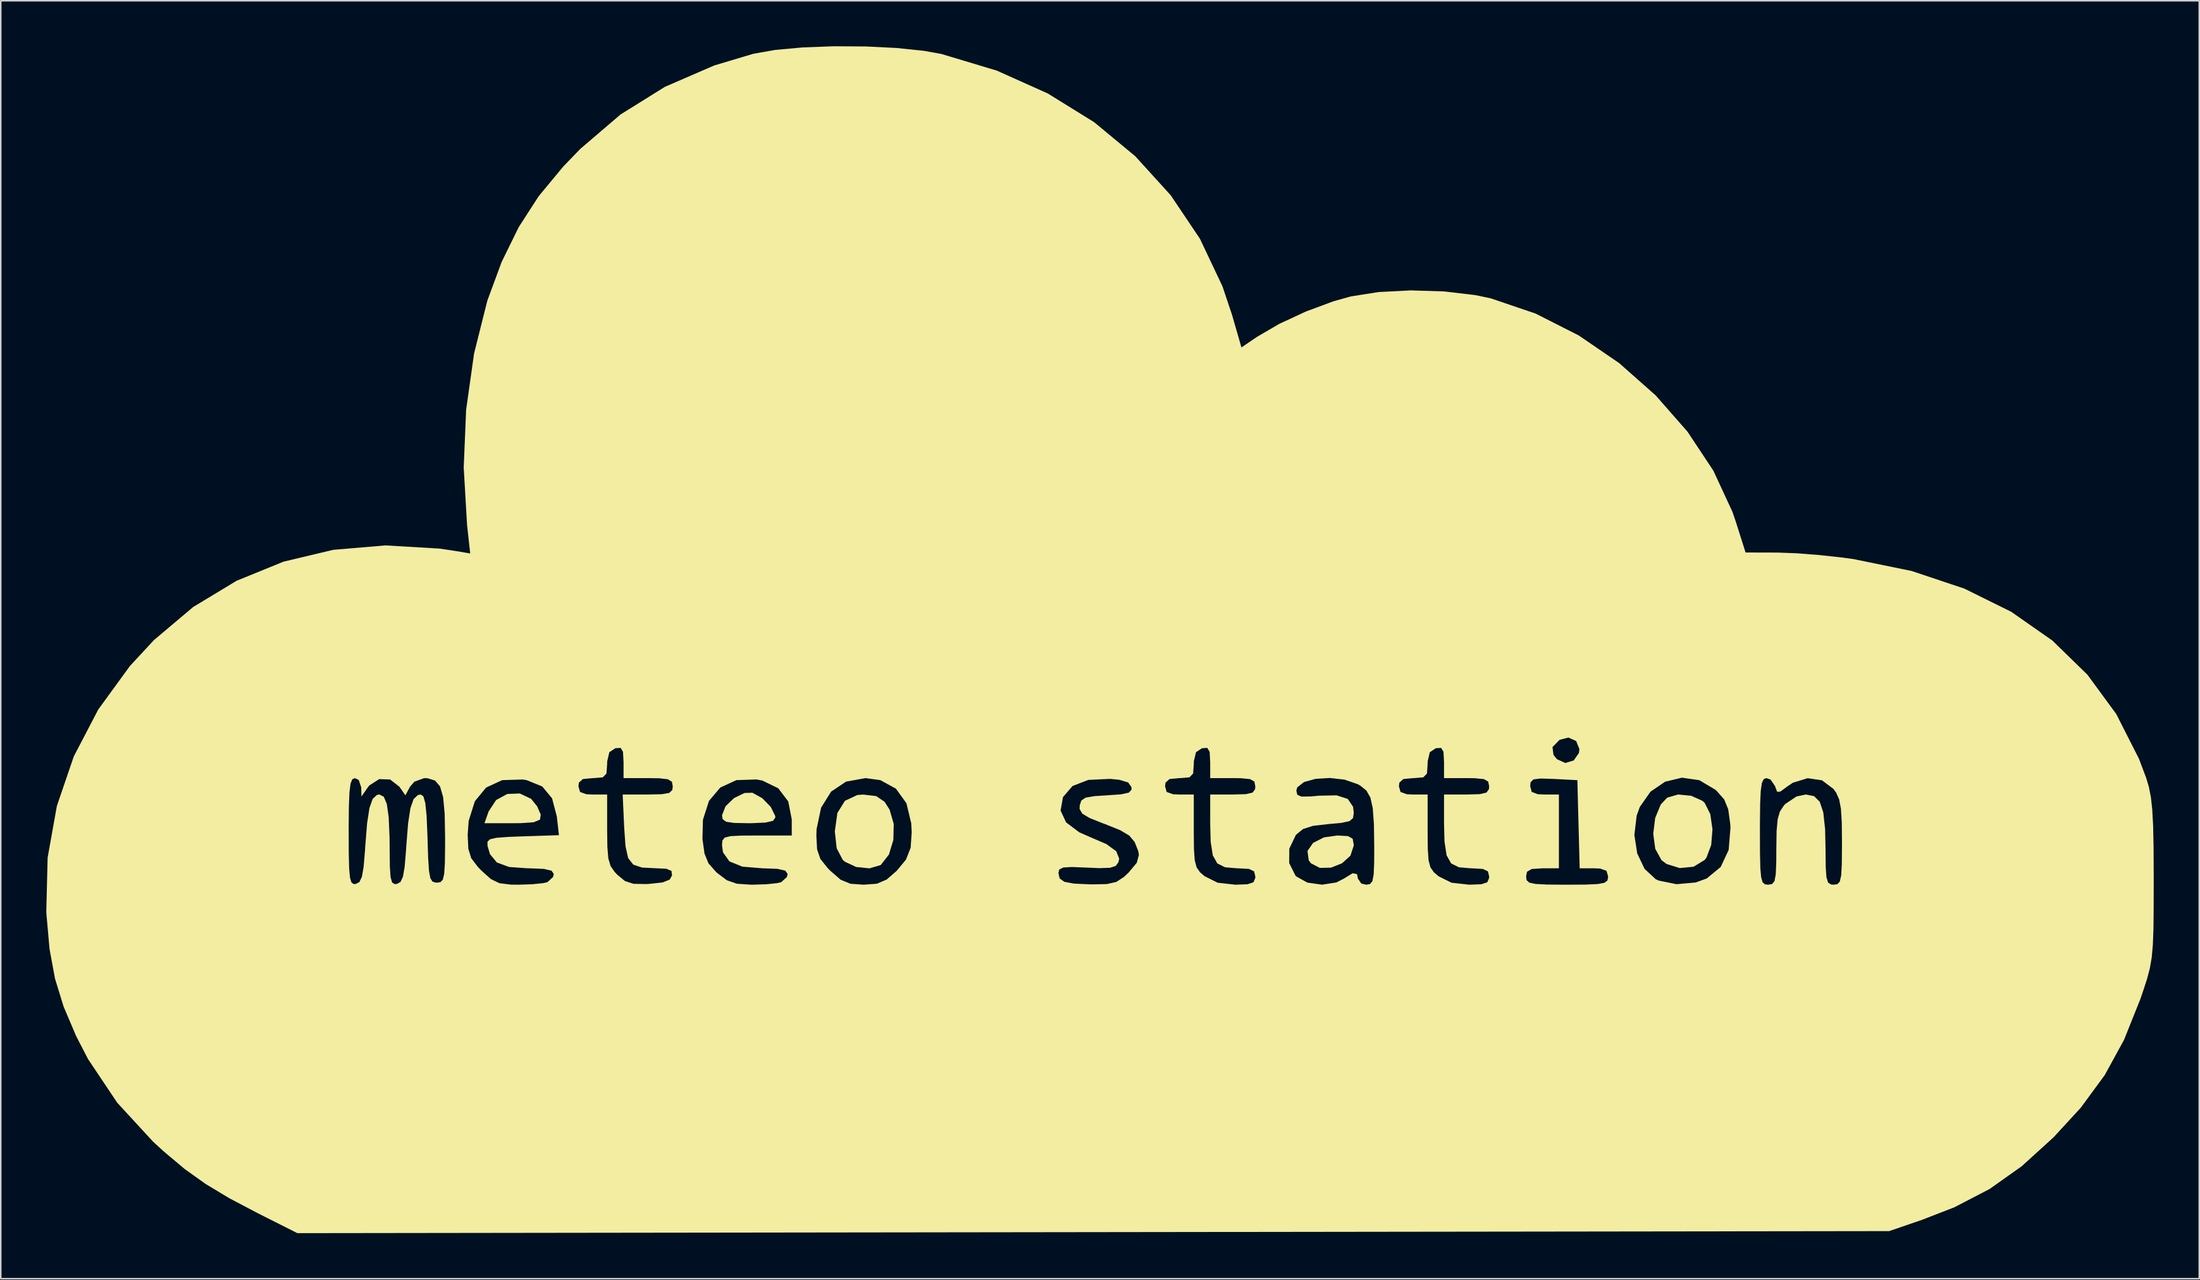
<source format=kicad_pcb>
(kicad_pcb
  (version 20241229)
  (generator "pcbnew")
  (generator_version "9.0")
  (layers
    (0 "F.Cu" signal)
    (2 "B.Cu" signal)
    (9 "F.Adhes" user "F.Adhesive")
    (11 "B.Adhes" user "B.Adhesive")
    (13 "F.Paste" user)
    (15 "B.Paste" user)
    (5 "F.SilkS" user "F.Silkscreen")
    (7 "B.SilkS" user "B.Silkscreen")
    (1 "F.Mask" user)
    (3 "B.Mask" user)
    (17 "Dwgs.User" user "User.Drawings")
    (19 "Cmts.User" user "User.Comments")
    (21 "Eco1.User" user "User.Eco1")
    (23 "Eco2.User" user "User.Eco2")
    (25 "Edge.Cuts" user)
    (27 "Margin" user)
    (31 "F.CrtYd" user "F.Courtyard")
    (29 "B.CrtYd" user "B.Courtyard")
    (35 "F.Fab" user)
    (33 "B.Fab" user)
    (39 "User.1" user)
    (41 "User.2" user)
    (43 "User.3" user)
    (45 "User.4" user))
  (footprint "logo_kicad"
    (layer "F.Cu")
    (at 69.366 39.051)
    (property "Reference" "logo_kicad" (at 0 0 0) (layer "F.SilkS") (effects (font (size 1.524 1.524) (thickness 0.3))))
    (attr board_only exclude_from_pos_files exclude_from_bom)
    (fp_poly (pts (xy -37.431 10.555) (xy -37.036 11.048) (xy -36.798 11.593) (xy -36.851 11.926) (xy -37.267 12.096) (xy -38.117 12.155) (xy -38.626 12.16) (xy -40.504 12.16) (xy -40.234 11.386) (xy -39.738 10.632) (xy -38.999 10.231) (xy -38.178 10.2)) (stroke (width 0) (type solid)) (fill yes) (layer "F.SilkS"))
    (fp_poly (pts (xy 16.369 13.008) (xy 16.679 13.182) (xy 16.753 13.586) (xy 16.753 13.63) (xy 16.533 14.299) (xy 15.979 14.802) (xy 15.253 15.089) (xy 14.516 15.105) (xy 13.929 14.799) (xy 13.784 14.598) (xy 13.705 13.988) (xy 14.072 13.459) (xy 14.79 13.093) (xy 15.672 12.97)) (stroke (width 0) (type solid)) (fill yes) (layer "F.SilkS"))
    (fp_poly (pts (xy -22.211 10.509) (xy -21.648 11.086) (xy -21.356 11.68) (xy -21.347 11.784) (xy -21.495 11.999) (xy -21.995 12.118) (xy -22.936 12.159) (xy -23.103 12.16) (xy -24.056 12.142) (xy -24.587 12.065) (xy -24.815 11.894) (xy -24.86 11.639) (xy -24.627 11.043) (xy -24.065 10.502) (xy -23.376 10.167) (xy -22.858 10.152)) (stroke (width 0) (type solid)) (fill yes) (layer "F.SilkS"))
    (fp_poly (pts (xy -14.708 10.372) (xy -14.158 10.741) (xy -13.821 11.264) (xy -13.548 12.209) (xy -13.574 13.263) (xy -13.865 14.225) (xy -14.389 14.897) (xy -14.429 14.925) (xy -15.15 15.134) (xy -16.019 15.046) (xy -16.765 14.7) (xy -16.914 14.563) (xy -17.307 13.812) (xy -17.429 12.7) (xy -17.26 11.484) (xy -16.76 10.679) (xy -15.943 10.301) (xy -15.563 10.272)) (stroke (width 0) (type solid)) (fill yes) (layer "F.SilkS"))
    (fp_poly (pts (xy 38.975 10.351) (xy 39.715 10.682) (xy 39.866 10.82) (xy 40.236 11.56) (xy 40.379 12.561) (xy 40.296 13.592) (xy 39.986 14.423) (xy 39.866 14.58) (xy 39.135 15.028) (xy 38.222 15.116) (xy 37.352 14.846) (xy 37.019 14.591) (xy 36.61 13.848) (xy 36.478 12.856) (xy 36.605 11.816) (xy 36.973 10.926) (xy 37.397 10.475) (xy 38.11 10.269)) (stroke (width 0) (type solid)) (fill yes) (layer "F.SilkS"))
    (fp_poly (pts (xy -15.393 -39.039) (xy -13.358 -38.938) (xy -11.554 -38.75) (xy -10.403 -38.542) (xy -6.763 -37.448) (xy -3.4 -35.939) (xy -0.347 -34.047) (xy 2.363 -31.801) (xy 4.696 -29.23) (xy 6.62 -26.364) (xy 8.102 -23.233) (xy 8.73 -21.363) (xy 9.354 -19.2) (xy 10.383 -19.9) (xy 11.845 -20.753) (xy 13.6 -21.568) (xy 15.406 -22.239) (xy 16.553 -22.562) (xy 18.383 -22.851) (xy 20.505 -22.96) (xy 22.701 -22.892) (xy 24.755 -22.65) (xy 25.785 -22.433) (xy 28.737 -21.429) (xy 31.576 -19.987) (xy 34.234 -18.168) (xy 36.642 -16.035) (xy 38.733 -13.65) (xy 40.439 -11.075) (xy 41.692 -8.372) (xy 41.921 -7.699) (xy 42.559 -5.684) (xy 44.686 -5.679) (xy 45.922 -5.633) (xy 47.44 -5.514) (xy 48.99 -5.344) (xy 49.657 -5.252) (xy 53.499 -4.465) (xy 56.971 -3.303) (xy 60.062 -1.773) (xy 62.766 0.119) (xy 65.074 2.368) (xy 66.978 4.967) (xy 68.469 7.909) (xy 68.942 9.161) (xy 69.122 9.764) (xy 69.255 10.432) (xy 69.346 11.257) (xy 69.404 12.332) (xy 69.433 13.749) (xy 69.442 15.6) (xy 69.442 15.917) (xy 69.439 17.737) (xy 69.425 19.122) (xy 69.386 20.176) (xy 69.312 21.004) (xy 69.19 21.711) (xy 69.01 22.401) (xy 68.757 23.181) (xy 68.552 23.779) (xy 67.486 26.441) (xy 66.217 28.762) (xy 64.637 30.914) (xy 62.849 32.859) (xy 60.748 34.77) (xy 58.629 36.272) (xy 56.318 37.473) (xy 54.178 38.304) (xy 52.016 39.046) (xy -0.405 39.113) (xy -52.827 39.181) (xy -55.396 37.887) (xy -57.305 36.882) (xy -58.869 35.94) (xy -60.255 34.95) (xy -61.628 33.796) (xy -62.325 33.158) (xy -64.691 30.588) (xy -66.618 27.706) (xy -67.402 26.187) (xy -68.226 24.249) (xy -68.793 22.405) (xy -69.153 20.452) (xy -69.354 18.189) (xy -69.366 17.955) (xy -69.279 14.434) (xy -68.973 12.72) (xy -49.449 12.72) (xy -49.443 14.161) (xy -49.418 15.145) (xy -49.363 15.753) (xy -49.266 16.067) (xy -49.116 16.171) (xy -48.976 16.162) (xy -48.741 16.035) (xy -48.579 15.693) (xy -48.465 15.036) (xy -48.375 13.962) (xy -48.355 13.643) (xy -48.237 12.166) (xy -48.082 11.16) (xy -47.872 10.559) (xy -47.589 10.295) (xy -47.425 10.268) (xy -47.137 10.415) (xy -46.937 10.894) (xy -46.814 11.765) (xy -46.757 13.087) (xy -46.75 13.868) (xy -46.738 15.011) (xy -46.691 15.712) (xy -46.59 16.067) (xy -46.413 16.174) (xy -46.274 16.162) (xy -46.039 16.035) (xy -45.877 15.693) (xy -45.763 15.036) (xy -45.673 13.962) (xy -45.653 13.643) (xy -45.536 12.173) (xy -45.383 11.172) (xy -45.174 10.572) (xy -44.89 10.302) (xy -44.7 10.268) (xy -44.526 10.397) (xy -44.403 10.834) (xy -44.319 11.653) (xy -44.263 12.926) (xy -44.256 13.173) (xy -44.215 14.457) (xy -44.16 15.296) (xy -44.071 15.782) (xy -43.928 16.011) (xy -43.711 16.076) (xy -43.639 16.078) (xy -43.404 16.044) (xy -43.249 15.88) (xy -43.158 15.493) (xy -43.113 14.79) (xy -43.1 13.678) (xy -43.099 13.079) (xy -43.102 12.93) (xy -41.612 12.93) (xy -41.569 13.843) (xy -41.378 14.465) (xy -40.941 15.04) (xy -40.694 15.294) (xy -40.086 15.839) (xy -39.526 16.113) (xy -38.776 16.206) (xy -38.284 16.213) (xy -37.371 16.184) (xy -36.639 16.111) (xy -36.366 16.049) (xy -35.993 15.713) (xy -35.938 15.508) (xy -36.087 15.29) (xy -36.592 15.171) (xy -37.54 15.132) (xy -37.653 15.132) (xy -38.887 15.044) (xy -39.69 14.747) (xy -40.147 14.193) (xy -40.305 13.646) (xy -40.309 13.387) (xy -40.149 13.221) (xy -39.725 13.122) (xy -38.939 13.063) (xy -37.999 13.027) (xy -35.6 12.948) (xy -35.74 11.713) (xy -36.053 10.519) (xy -36.701 9.736) (xy -36.721 9.728) (xy -34.317 9.728) (xy -34.211 10.1) (xy -33.798 10.25) (xy -33.371 10.268) (xy -32.426 10.268) (xy -32.426 12.577) (xy -32.411 13.727) (xy -32.347 14.48) (xy -32.201 14.977) (xy -31.94 15.361) (xy -31.748 15.564) (xy -31.25 15.973) (xy -30.697 16.154) (xy -29.871 16.17) (xy -29.657 16.159) (xy -28.773 16.064) (xy -28.309 15.88) (xy -28.152 15.605) (xy -28.187 15.304) (xy -28.524 15.163) (xy -29.231 15.128) (xy -30.125 15.083) (xy -30.703 14.892) (xy -31.042 14.457) (xy -31.216 13.678) (xy -31.25 13.195) (xy -26.147 13.195) (xy -26.015 14.155) (xy -25.753 14.802) (xy -25.261 15.362) (xy -25.167 15.448) (xy -24.535 15.922) (xy -23.873 16.15) (xy -22.938 16.213) (xy -22.851 16.213) (xy -21.945 16.184) (xy -21.221 16.109) (xy -20.964 16.049) (xy -20.591 15.713) (xy -20.536 15.508) (xy -20.688 15.288) (xy -21.202 15.169) (xy -22.164 15.132) (xy -22.204 15.132) (xy -23.518 15.022) (xy -24.37 14.677) (xy -24.795 14.079) (xy -24.86 13.604) (xy -24.833 13.297) (xy -24.683 13.11) (xy -24.303 13.012) (xy -23.745 12.984) (xy -18.645 12.984) (xy -18.596 13.889) (xy -18.38 14.515) (xy -17.896 15.12) (xy -17.726 15.294) (xy -17.046 15.884) (xy -16.401 16.151) (xy -15.537 16.213) (xy -14.657 16.148) (xy -14.014 15.874) (xy -13.514 15.438) (xy -2.702 15.438) (xy -2.621 15.8) (xy -2.309 16.023) (xy -1.669 16.142) (xy -0.6 16.189) (xy -0.452 16.191) (xy 0.493 16.171) (xy 1.112 16.031) (xy 1.615 15.702) (xy 1.931 15.404) (xy 2.462 14.764) (xy 2.601 14.238) (xy 2.553 13.985) (xy 2.32 13.398) (xy 1.967 12.976) (xy 1.367 12.619) (xy 0.39 12.225) (xy 0.25 12.174) (xy -0.649 11.817) (xy -1.132 11.527) (xy -1.304 11.224) (xy -1.3 10.991) (xy -1.194 10.665) (xy -0.91 10.475) (xy -0.318 10.374) (xy 0.49 10.322) (xy 1.428 10.256) (xy 1.933 10.145) (xy 2.113 9.955) (xy 2.109 9.782) (xy 2.071 9.728) (xy 4.323 9.728) (xy 4.429 10.1) (xy 4.842 10.25) (xy 5.269 10.268) (xy 6.215 10.268) (xy 6.215 12.68) (xy 6.225 13.842) (xy 6.276 14.594) (xy 6.399 15.068) (xy 6.626 15.393) (xy 6.927 15.653) (xy 7.788 16.082) (xy 8.953 16.213) (xy 9.75 16.183) (xy 10.143 16.056) (xy 10.264 15.777) (xy 10.268 15.672) (xy 10.188 15.334) (xy 9.855 15.174) (xy 9.132 15.132) (xy 9.062 15.132) (xy 8.279 15.066) (xy 7.765 14.811) (xy 7.752 14.788) (xy 12.5 14.788) (xy 12.91 15.609) (xy 12.97 15.672) (xy 13.701 16.076) (xy 14.662 16.211) (xy 15.607 16.065) (xy 16.094 15.816) (xy 16.678 15.458) (xy 16.968 15.516) (xy 17.023 15.807) (xy 17.249 16.138) (xy 17.564 16.213) (xy 17.818 16.173) (xy 17.976 15.987) (xy 18.062 15.553) (xy 18.096 14.769) (xy 18.101 13.713) (xy 18.08 12.226) (xy 18.004 11.178) (xy 17.848 10.472) (xy 17.584 10.007) (xy 17.24 9.728) (xy 19.726 9.728) (xy 19.831 10.1) (xy 20.244 10.25) (xy 20.671 10.268) (xy 21.617 10.268) (xy 21.617 12.68) (xy 21.627 13.842) (xy 21.678 14.594) (xy 21.801 15.068) (xy 22.028 15.393) (xy 22.329 15.653) (xy 23.19 16.082) (xy 24.356 16.213) (xy 25.153 16.183) (xy 25.545 16.056) (xy 25.666 15.777) (xy 25.67 15.672) (xy 28.102 15.672) (xy 28.139 15.918) (xy 28.316 16.076) (xy 28.729 16.164) (xy 29.478 16.203) (xy 30.66 16.213) (xy 30.804 16.213) (xy 32.034 16.205) (xy 32.821 16.17) (xy 33.264 16.087) (xy 33.46 15.938) (xy 33.506 15.701) (xy 33.506 15.672) (xy 33.399 15.298) (xy 32.983 15.149) (xy 32.57 15.132) (xy 31.633 15.132) (xy 31.575 12.937) (xy 35.234 12.937) (xy 35.423 14.152) (xy 35.907 15.169) (xy 36.64 15.849) (xy 36.832 15.94) (xy 38.013 16.179) (xy 39.272 16.066) (xy 40 15.803) (xy 40.923 15.041) (xy 41.446 13.919) (xy 41.544 12.7) (xy 43.504 12.7) (xy 43.509 14.134) (xy 43.531 15.114) (xy 43.585 15.725) (xy 43.684 16.055) (xy 43.84 16.189) (xy 44.045 16.213) (xy 44.305 16.171) (xy 44.465 15.975) (xy 44.549 15.522) (xy 44.581 14.705) (xy 44.585 13.866) (xy 44.602 12.684) (xy 44.672 11.903) (xy 44.822 11.387) (xy 45.079 10.998) (xy 45.173 10.893) (xy 45.917 10.396) (xy 46.53 10.268) (xy 47.07 10.376) (xy 47.444 10.746) (xy 47.678 11.448) (xy 47.798 12.554) (xy 47.828 13.934) (xy 47.838 15.045) (xy 47.885 15.723) (xy 47.995 16.072) (xy 48.192 16.199) (xy 48.368 16.213) (xy 48.61 16.177) (xy 48.767 16.005) (xy 48.857 15.601) (xy 48.898 14.868) (xy 48.908 13.711) (xy 48.909 13.412) (xy 48.895 12.1) (xy 48.84 11.203) (xy 48.725 10.597) (xy 48.53 10.157) (xy 48.348 9.899) (xy 47.591 9.331) (xy 46.648 9.193) (xy 45.674 9.492) (xy 45.327 9.723) (xy 44.853 10.074) (xy 44.639 10.09) (xy 44.518 9.771) (xy 44.506 9.723) (xy 44.209 9.286) (xy 43.935 9.187) (xy 43.757 9.252) (xy 43.635 9.5) (xy 43.559 10.014) (xy 43.519 10.876) (xy 43.505 12.17) (xy 43.504 12.7) (xy 41.544 12.7) (xy 41.565 12.443) (xy 41.549 12.205) (xy 41.417 11.245) (xy 41.155 10.598) (xy 40.663 10.038) (xy 40.569 9.952) (xy 39.511 9.323) (xy 38.37 9.159) (xy 37.26 9.424) (xy 36.297 10.08) (xy 35.592 11.09) (xy 35.386 11.661) (xy 35.234 12.937) (xy 31.575 12.937) (xy 31.556 12.227) (xy 31.48 9.322) (xy 29.926 9.241) (xy 29.048 9.214) (xy 28.582 9.274) (xy 28.399 9.461) (xy 28.372 9.714) (xy 28.473 10.095) (xy 28.873 10.249) (xy 29.318 10.268) (xy 30.264 10.268) (xy 30.264 15.132) (xy 29.183 15.132) (xy 28.476 15.177) (xy 28.163 15.36) (xy 28.102 15.672) (xy 25.67 15.672) (xy 25.59 15.334) (xy 25.257 15.174) (xy 24.535 15.132) (xy 24.464 15.132) (xy 23.681 15.066) (xy 23.167 14.811) (xy 22.867 14.276) (xy 22.729 13.372) (xy 22.698 12.177) (xy 22.698 10.268) (xy 24.184 10.268) (xy 25.043 10.245) (xy 25.49 10.143) (xy 25.654 9.917) (xy 25.67 9.728) (xy 25.606 9.415) (xy 25.327 9.253) (xy 24.705 9.193) (xy 24.184 9.187) (xy 22.698 9.187) (xy 22.698 8.132) (xy 22.663 7.457) (xy 22.507 7.195) (xy 22.157 7.217) (xy 21.762 7.48) (xy 21.621 8.078) (xy 21.617 8.273) (xy 21.573 8.886) (xy 21.331 9.137) (xy 20.725 9.187) (xy 20.671 9.187) (xy 20.019 9.248) (xy 19.756 9.484) (xy 19.726 9.728) (xy 17.24 9.728) (xy 17.187 9.684) (xy 17.002 9.582) (xy 16.145 9.288) (xy 15.177 9.178) (xy 14.24 9.235) (xy 13.477 9.446) (xy 13.031 9.794) (xy 12.97 10.01) (xy 13.033 10.285) (xy 13.305 10.405) (xy 13.913 10.396) (xy 14.451 10.346) (xy 15.623 10.323) (xy 16.358 10.559) (xy 16.708 11.08) (xy 16.753 11.485) (xy 16.702 11.825) (xy 16.467 12.025) (xy 15.924 12.141) (xy 15.092 12.215) (xy 14.064 12.334) (xy 13.411 12.544) (xy 12.972 12.902) (xy 12.93 12.953) (xy 12.506 13.837) (xy 12.5 14.788) (xy 7.752 14.788) (xy 7.465 14.276) (xy 7.326 13.372) (xy 7.296 12.177) (xy 7.296 10.268) (xy 8.782 10.268) (xy 9.641 10.245) (xy 10.088 10.143) (xy 10.252 9.917) (xy 10.268 9.728) (xy 10.204 9.415) (xy 9.925 9.253) (xy 9.303 9.193) (xy 8.782 9.187) (xy 7.296 9.187) (xy 7.296 8.132) (xy 7.261 7.457) (xy 7.105 7.195) (xy 6.755 7.217) (xy 6.36 7.48) (xy 6.219 8.078) (xy 6.215 8.273) (xy 6.171 8.886) (xy 5.929 9.137) (xy 5.323 9.187) (xy 5.269 9.187) (xy 4.617 9.248) (xy 4.354 9.484) (xy 4.323 9.728) (xy 2.071 9.728) (xy 1.893 9.475) (xy 1.321 9.3) (xy 0.701 9.238) (xy -0.731 9.305) (xy -1.771 9.707) (xy -2.397 10.434) (xy -2.401 10.443) (xy -2.558 11.326) (xy -2.196 12.105) (xy -1.328 12.76) (xy -0.676 13.046) (xy 0.465 13.539) (xy 1.11 14.011) (xy 1.302 14.499) (xy 1.25 14.736) (xy 1.072 14.977) (xy 0.694 15.098) (xy -0.008 15.121) (xy -0.814 15.086) (xy -1.812 15.046) (xy -2.385 15.08) (xy -2.644 15.211) (xy -2.702 15.438) (xy -13.514 15.438) (xy -13.349 15.294) (xy -12.743 14.56) (xy -12.434 13.777) (xy -12.365 12.754) (xy -12.397 12.16) (xy -12.712 10.843) (xy -13.405 9.882) (xy -14.431 9.32) (xy -15.402 9.187) (xy -16.687 9.417) (xy -17.675 10.079) (xy -18.333 11.138) (xy -18.631 12.553) (xy -18.645 12.984) (xy -23.745 12.984) (xy -23.585 12.976) (xy -22.563 12.97) (xy -20.266 12.97) (xy -20.266 11.904) (xy -20.496 10.726) (xy -21.154 9.857) (xy -22.195 9.351) (xy -22.587 9.276) (xy -23.913 9.32) (xy -24.972 9.808) (xy -25.72 10.694) (xy -26.116 11.933) (xy -26.147 13.195) (xy -31.25 13.195) (xy -31.302 12.458) (xy -31.303 12.441) (xy -31.402 10.268) (xy -29.752 10.268) (xy -28.837 10.249) (xy -28.339 10.165) (xy -28.135 9.976) (xy -28.102 9.728) (xy -28.161 9.426) (xy -28.421 9.263) (xy -29.005 9.197) (xy -29.723 9.187) (xy -31.345 9.187) (xy -31.345 8.132) (xy -31.38 7.457) (xy -31.535 7.195) (xy -31.885 7.217) (xy -32.281 7.48) (xy -32.421 8.078) (xy -32.426 8.273) (xy -32.47 8.886) (xy -32.712 9.137) (xy -33.318 9.187) (xy -33.371 9.187) (xy -34.023 9.248) (xy -34.286 9.484) (xy -34.317 9.728) (xy -36.721 9.728) (xy -37.72 9.323) (xy -37.993 9.279) (xy -39.335 9.32) (xy -40.395 9.808) (xy -41.141 10.714) (xy -41.546 12.007) (xy -41.612 12.93) (xy -43.102 12.93) (xy -43.127 11.527) (xy -43.229 10.437) (xy -43.431 9.736) (xy -43.76 9.348) (xy -44.243 9.198) (xy -44.474 9.187) (xy -45.121 9.421) (xy -45.41 9.754) (xy -45.713 10.321) (xy -46.11 9.754) (xy -46.718 9.279) (xy -47.439 9.252) (xy -48.088 9.67) (xy -48.186 9.795) (xy -48.61 10.403) (xy -48.624 9.795) (xy -48.79 9.306) (xy -49.044 9.187) (xy -49.212 9.265) (xy -49.328 9.553) (xy -49.399 10.129) (xy -49.437 11.075) (xy -49.449 12.468) (xy -49.449 12.72) (xy -68.973 12.72) (xy -68.67 11.022) (xy -67.555 7.755) (xy -67.234 7.14) (xy 29.841 7.14) (xy 29.907 7.658) (xy 30.135 7.939) (xy 30.687 8.19) (xy 31.236 8.026) (xy 31.579 7.539) (xy 31.615 7.278) (xy 31.4 6.742) (xy 30.888 6.514) (xy 30.311 6.664) (xy 29.841 7.14) (xy -67.234 7.14) (xy -65.946 4.668) (xy -63.86 1.799) (xy -62.279 0.092) (xy -59.691 -2.092) (xy -56.834 -3.819) (xy -53.746 -5.079) (xy -50.465 -5.86) (xy -47.027 -6.151) (xy -43.471 -5.942) (xy -42.407 -5.783) (xy -41.444 -5.62) (xy -41.65 -7.471) (xy -41.872 -11.276) (xy -41.714 -15.09) (xy -41.191 -18.797) (xy -40.318 -22.281) (xy -39.374 -24.836) (xy -38.25 -27.128) (xy -36.935 -29.168) (xy -35.309 -31.132) (xy -34.19 -32.29) (xy -31.545 -34.554) (xy -28.619 -36.378) (xy -25.375 -37.785) (xy -22.793 -38.557) (xy -21.361 -38.81) (xy -19.548 -38.975) (xy -17.508 -39.051)) (stroke (width 0) (type solid)) (fill yes) (layer "F.SilkS")))
  (gr_rect
    (start -3 -3)
    (end 141.808 81.232)
    (stroke (width 0.1) (type default))
    (fill no)
    (layer "Edge.Cuts")))
</source>
